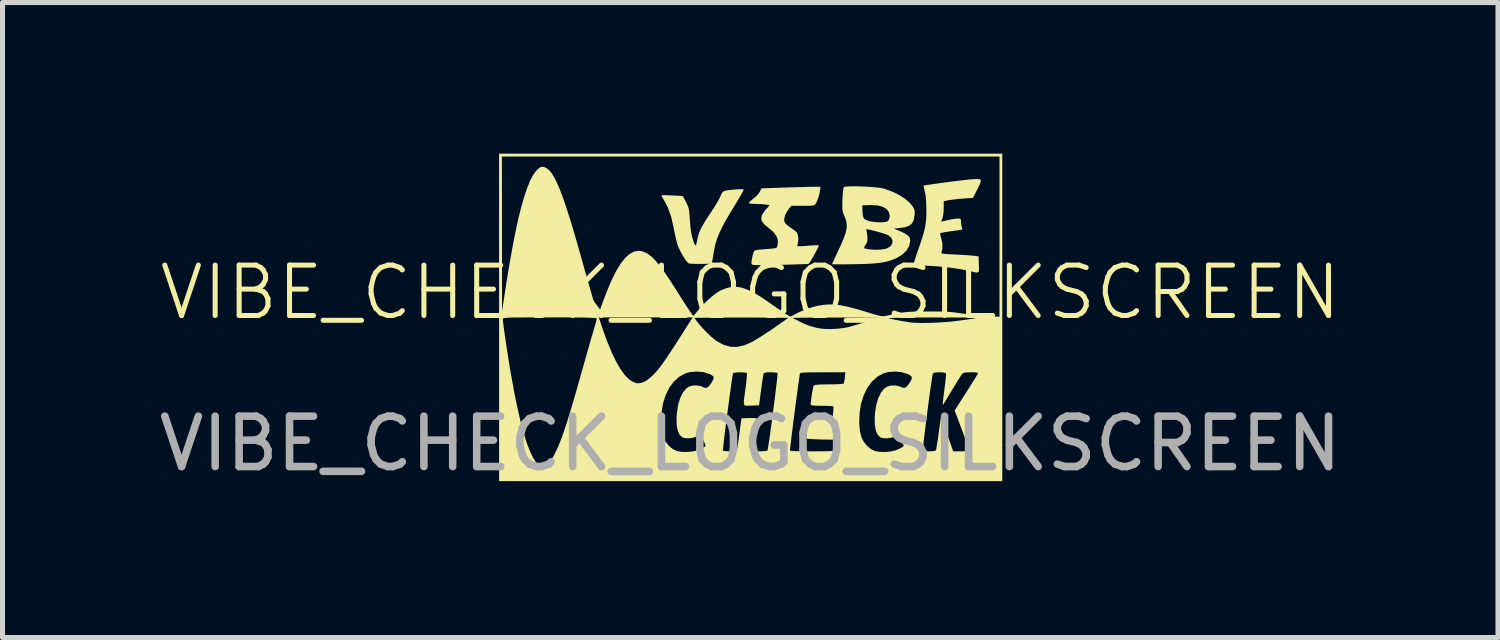
<source format=kicad_pcb>
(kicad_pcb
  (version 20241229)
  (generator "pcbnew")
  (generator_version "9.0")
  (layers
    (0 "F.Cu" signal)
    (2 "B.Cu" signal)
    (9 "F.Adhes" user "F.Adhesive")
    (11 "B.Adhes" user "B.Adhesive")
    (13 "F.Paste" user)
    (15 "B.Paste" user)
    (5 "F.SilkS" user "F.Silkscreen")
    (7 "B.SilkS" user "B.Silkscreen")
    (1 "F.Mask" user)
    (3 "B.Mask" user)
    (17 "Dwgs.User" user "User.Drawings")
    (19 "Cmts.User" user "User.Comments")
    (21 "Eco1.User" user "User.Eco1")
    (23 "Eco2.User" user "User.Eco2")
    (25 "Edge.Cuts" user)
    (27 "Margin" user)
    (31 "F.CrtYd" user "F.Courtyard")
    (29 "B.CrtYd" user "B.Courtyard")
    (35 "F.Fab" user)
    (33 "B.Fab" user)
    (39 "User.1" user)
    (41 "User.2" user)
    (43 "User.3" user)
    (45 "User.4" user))
  (footprint "VIBE_CHECK_LOGO_SILKSCREEN"
    (layer "F.Cu")
    (at 11.839 3.254)
    (property "Reference" "VIBE_CHECK_LOGO_SILKSCREEN" (at 0 -0.5 0) (unlocked yes) (layer "F.SilkS") (effects (font (size 1 1) (thickness 0.1))))
    (attr smd)
    (fp_poly (pts (xy -0.149 -2.548) (xy -0.129 -2.539) (xy -0.129 -2.539) (xy -0.138 -2.518) (xy -0.164 -2.471) (xy -0.203 -2.403) (xy -0.253 -2.319) (xy -0.31 -2.225) (xy -0.312 -2.221) (xy -0.415 -2.051) (xy -0.499 -1.906) (xy -0.566 -1.779) (xy -0.618 -1.667) (xy -0.659 -1.563) (xy -0.69 -1.463) (xy -0.713 -1.36) (xy -0.73 -1.263) (xy -0.742 -1.187) (xy -0.754 -1.125) (xy -0.763 -1.086) (xy -0.767 -1.078) (xy -0.79 -1.072) (xy -0.841 -1.069) (xy -0.91 -1.067) (xy -0.99 -1.066) (xy -1.07 -1.067) (xy -1.142 -1.069) (xy -1.197 -1.073) (xy -1.225 -1.079) (xy -1.225 -1.079) (xy -1.255 -1.107) (xy -1.294 -1.16) (xy -1.337 -1.229) (xy -1.38 -1.305) (xy -1.416 -1.379) (xy -1.44 -1.437) (xy -1.457 -1.498) (xy -1.478 -1.584) (xy -1.5 -1.684) (xy -1.52 -1.787) (xy -1.521 -1.792) (xy -1.57 -2.003) (xy -1.634 -2.184) (xy -1.712 -2.334) (xy -1.735 -2.368) (xy -1.756 -2.404) (xy -1.76 -2.427) (xy -1.759 -2.428) (xy -1.735 -2.43) (xy -1.684 -2.43) (xy -1.611 -2.428) (xy -1.541 -2.425) (xy -1.338 -2.414) (xy -1.275 -2.295) (xy -1.249 -2.243) (xy -1.231 -2.198) (xy -1.218 -2.15) (xy -1.21 -2.091) (xy -1.203 -2.011) (xy -1.198 -1.935) (xy -1.185 -1.777) (xy -1.165 -1.648) (xy -1.146 -1.574) (xy -1.119 -1.492) (xy -1.099 -1.445) (xy -1.084 -1.432) (xy -1.072 -1.451) (xy -1.06 -1.501) (xy -1.054 -1.533) (xy -1.038 -1.61) (xy -1.015 -1.682) (xy -0.984 -1.756) (xy -0.94 -1.838) (xy -0.881 -1.936) (xy -0.803 -2.055) (xy -0.79 -2.074) (xy -0.731 -2.165) (xy -0.675 -2.255) (xy -0.629 -2.334) (xy -0.597 -2.395) (xy -0.591 -2.409) (xy -0.571 -2.455) (xy -0.552 -2.487) (xy -0.527 -2.508) (xy -0.489 -2.522) (xy -0.431 -2.531) (xy -0.347 -2.54) (xy -0.29 -2.544) (xy -0.204 -2.549)) (stroke (width 0) (type solid)) (fill yes) (layer "F.SilkS"))
    (fp_poly (pts (xy 4.541 -2.749) (xy 4.571 -2.736) (xy 4.576 -2.706) (xy 4.56 -2.655) (xy 4.523 -2.578) (xy 4.499 -2.531) (xy 4.421 -2.377) (xy 4.232 -2.364) (xy 4.138 -2.357) (xy 4.046 -2.346) (xy 3.969 -2.336) (xy 3.941 -2.331) (xy 3.84 -2.31) (xy 3.84 -2.172) (xy 3.836 -2.089) (xy 3.825 -2.015) (xy 3.813 -1.97) (xy 3.797 -1.929) (xy 3.792 -1.907) (xy 3.793 -1.906) (xy 3.813 -1.91) (xy 3.858 -1.921) (xy 3.907 -1.933) (xy 3.983 -1.949) (xy 4.06 -1.961) (xy 4.098 -1.965) (xy 4.149 -1.967) (xy 4.173 -1.96) (xy 4.181 -1.938) (xy 4.182 -1.915) (xy 4.187 -1.854) (xy 4.196 -1.804) (xy 4.21 -1.748) (xy 3.995 -1.717) (xy 3.909 -1.704) (xy 3.838 -1.692) (xy 3.789 -1.682) (xy 3.769 -1.676) (xy 3.769 -1.654) (xy 3.78 -1.609) (xy 3.792 -1.572) (xy 3.814 -1.473) (xy 3.814 -1.371) (xy 3.794 -1.295) (xy 3.794 -1.284) (xy 3.805 -1.275) (xy 3.832 -1.269) (xy 3.882 -1.263) (xy 3.958 -1.258) (xy 4.065 -1.253) (xy 4.083 -1.252) (xy 4.191 -1.246) (xy 4.292 -1.24) (xy 4.376 -1.234) (xy 4.437 -1.229) (xy 4.458 -1.226) (xy 4.532 -1.213) (xy 4.537 -1.052) (xy 4.54 -0.977) (xy 4.538 -0.928) (xy 4.525 -0.902) (xy 4.495 -0.895) (xy 4.442 -0.903) (xy 4.361 -0.923) (xy 4.338 -0.929) (xy 4.214 -0.955) (xy 4.062 -0.979) (xy 3.892 -1.001) (xy 3.713 -1.018) (xy 3.534 -1.029) (xy 3.516 -1.03) (xy 3.425 -1.035) (xy 3.345 -1.04) (xy 3.286 -1.044) (xy 3.255 -1.048) (xy 3.254 -1.049) (xy 3.248 -1.064) (xy 3.255 -1.106) (xy 3.275 -1.175) (xy 3.308 -1.276) (xy 3.324 -1.319) (xy 3.376 -1.471) (xy 3.417 -1.595) (xy 3.448 -1.699) (xy 3.469 -1.789) (xy 3.483 -1.872) (xy 3.492 -1.954) (xy 3.495 -2.044) (xy 3.496 -2.128) (xy 3.492 -2.29) (xy 3.481 -2.419) (xy 3.466 -2.497) (xy 3.452 -2.557) (xy 3.442 -2.602) (xy 3.439 -2.62) (xy 3.46 -2.625) (xy 3.511 -2.633) (xy 3.587 -2.644) (xy 3.682 -2.658) (xy 3.79 -2.673) (xy 3.905 -2.688) (xy 4.021 -2.703) (xy 4.133 -2.717) (xy 4.234 -2.729) (xy 4.319 -2.739) (xy 4.382 -2.745) (xy 4.398 -2.746) (xy 4.484 -2.751)) (stroke (width 0) (type solid)) (fill yes) (layer "F.SilkS"))
    (fp_poly (pts (xy 1.387 -2.534) (xy 1.373 -2.458) (xy 1.349 -2.374) (xy 1.319 -2.298) (xy 1.299 -2.261) (xy 1.286 -2.244) (xy 1.268 -2.232) (xy 1.239 -2.225) (xy 1.192 -2.221) (xy 1.12 -2.22) (xy 1.044 -2.22) (xy 0.815 -2.22) (xy 0.77 -2.165) (xy 0.734 -2.113) (xy 0.7 -2.048) (xy 0.691 -2.026) (xy 0.673 -1.959) (xy 0.678 -1.905) (xy 0.71 -1.856) (xy 0.772 -1.806) (xy 0.799 -1.788) (xy 0.854 -1.75) (xy 0.899 -1.716) (xy 0.92 -1.697) (xy 0.944 -1.646) (xy 0.955 -1.577) (xy 0.951 -1.507) (xy 0.945 -1.483) (xy 0.935 -1.442) (xy 0.938 -1.419) (xy 0.939 -1.419) (xy 0.961 -1.417) (xy 1.013 -1.418) (xy 1.085 -1.422) (xy 1.153 -1.428) (xy 1.235 -1.434) (xy 1.302 -1.438) (xy 1.347 -1.439) (xy 1.361 -1.437) (xy 1.357 -1.418) (xy 1.338 -1.375) (xy 1.308 -1.317) (xy 1.272 -1.251) (xy 1.235 -1.185) (xy 1.2 -1.127) (xy 1.173 -1.085) (xy 1.156 -1.066) (xy 1.156 -1.066) (xy 1.133 -1.064) (xy 1.078 -1.062) (xy 0.995 -1.059) (xy 0.89 -1.056) (xy 0.767 -1.052) (xy 0.63 -1.049) (xy 0.586 -1.048) (xy 0.428 -1.045) (xy 0.302 -1.043) (xy 0.206 -1.042) (xy 0.135 -1.043) (xy 0.086 -1.045) (xy 0.054 -1.049) (xy 0.035 -1.055) (xy 0.027 -1.062) (xy 0.026 -1.065) (xy 0.024 -1.098) (xy 0.031 -1.153) (xy 0.044 -1.218) (xy 0.06 -1.278) (xy 0.075 -1.317) (xy 0.09 -1.331) (xy 0.123 -1.342) (xy 0.179 -1.35) (xy 0.264 -1.357) (xy 0.299 -1.359) (xy 0.383 -1.366) (xy 0.454 -1.373) (xy 0.504 -1.381) (xy 0.523 -1.388) (xy 0.535 -1.415) (xy 0.546 -1.462) (xy 0.548 -1.476) (xy 0.546 -1.553) (xy 0.516 -1.627) (xy 0.457 -1.701) (xy 0.364 -1.78) (xy 0.359 -1.784) (xy 0.277 -1.853) (xy 0.23 -1.916) (xy 0.218 -1.979) (xy 0.238 -2.047) (xy 0.291 -2.125) (xy 0.313 -2.15) (xy 0.387 -2.233) (xy 0.301 -2.245) (xy 0.234 -2.252) (xy 0.152 -2.256) (xy 0.1 -2.257) (xy 0.038 -2.259) (xy -0.008 -2.265) (xy -0.026 -2.273) (xy -0.018 -2.291) (xy 0.014 -2.323) (xy 0.06 -2.361) (xy 0.118 -2.41) (xy 0.166 -2.463) (xy 0.19 -2.499) (xy 0.223 -2.566) (xy 0.651 -2.581) (xy 0.785 -2.585) (xy 0.916 -2.589) (xy 1.037 -2.592) (xy 1.14 -2.595) (xy 1.217 -2.596) (xy 1.237 -2.597) (xy 1.394 -2.598)) (stroke (width 0) (type solid)) (fill yes) (layer "F.SilkS"))
    (fp_poly (pts (xy 2.121 -2.606) (xy 2.227 -2.603) (xy 2.335 -2.598) (xy 2.44 -2.59) (xy 2.533 -2.581) (xy 2.608 -2.57) (xy 2.648 -2.561) (xy 2.803 -2.508) (xy 2.946 -2.44) (xy 3.07 -2.361) (xy 3.168 -2.276) (xy 3.217 -2.216) (xy 3.249 -2.164) (xy 3.263 -2.12) (xy 3.264 -2.064) (xy 3.262 -2.034) (xy 3.245 -1.939) (xy 3.21 -1.871) (xy 3.153 -1.824) (xy 3.069 -1.794) (xy 2.976 -1.78) (xy 2.852 -1.768) (xy 2.974 -1.716) (xy 3.065 -1.673) (xy 3.125 -1.634) (xy 3.16 -1.594) (xy 3.174 -1.547) (xy 3.175 -1.526) (xy 3.157 -1.43) (xy 3.106 -1.339) (xy 3.025 -1.257) (xy 2.917 -1.19) (xy 2.889 -1.176) (xy 2.811 -1.145) (xy 2.732 -1.119) (xy 2.647 -1.1) (xy 2.551 -1.085) (xy 2.436 -1.074) (xy 2.298 -1.067) (xy 2.131 -1.062) (xy 2.072 -1.061) (xy 1.948 -1.059) (xy 1.837 -1.058) (xy 1.744 -1.058) (xy 1.675 -1.059) (xy 1.634 -1.06) (xy 1.624 -1.061) (xy 1.632 -1.08) (xy 1.652 -1.126) (xy 1.683 -1.193) (xy 1.721 -1.274) (xy 1.734 -1.301) (xy 1.771 -1.381) (xy 2.256 -1.381) (xy 2.256 -1.379) (xy 2.278 -1.372) (xy 2.325 -1.362) (xy 2.374 -1.354) (xy 2.479 -1.346) (xy 2.586 -1.35) (xy 2.679 -1.364) (xy 2.713 -1.375) (xy 2.781 -1.414) (xy 2.818 -1.468) (xy 2.824 -1.527) (xy 2.799 -1.585) (xy 2.742 -1.633) (xy 2.733 -1.638) (xy 2.687 -1.657) (xy 2.613 -1.681) (xy 2.523 -1.707) (xy 2.425 -1.732) (xy 2.356 -1.748) (xy 2.303 -1.76) (xy 2.317 -1.672) (xy 2.327 -1.587) (xy 2.325 -1.527) (xy 2.309 -1.478) (xy 2.287 -1.442) (xy 2.264 -1.404) (xy 2.256 -1.381) (xy 1.771 -1.381) (xy 1.803 -1.451) (xy 1.855 -1.573) (xy 1.891 -1.674) (xy 1.911 -1.759) (xy 1.917 -1.832) (xy 1.909 -1.898) (xy 1.89 -1.964) (xy 1.872 -2.006) (xy 1.852 -2.053) (xy 1.838 -2.094) (xy 1.831 -2.139) (xy 1.828 -2.197) (xy 1.828 -2.229) (xy 2.224 -2.229) (xy 2.228 -2.111) (xy 2.234 -2.033) (xy 2.248 -1.983) (xy 2.265 -1.959) (xy 2.31 -1.933) (xy 2.38 -1.912) (xy 2.465 -1.898) (xy 2.555 -1.891) (xy 2.637 -1.893) (xy 2.702 -1.904) (xy 2.728 -1.916) (xy 2.757 -1.949) (xy 2.768 -2) (xy 2.769 -2.02) (xy 2.752 -2.096) (xy 2.704 -2.157) (xy 2.626 -2.202) (xy 2.52 -2.228) (xy 2.388 -2.235) (xy 2.363 -2.235) (xy 2.224 -2.229) (xy 1.828 -2.229) (xy 1.829 -2.277) (xy 1.83 -2.34) (xy 1.835 -2.446) (xy 1.842 -2.526) (xy 1.852 -2.576) (xy 1.858 -2.59) (xy 1.886 -2.599) (xy 1.943 -2.604) (xy 2.024 -2.606)) (stroke (width 0) (type solid)) (fill yes) (layer "F.SilkS"))
    (fp_poly (pts (xy 5.002 -0.005) (xy 5.002 3.244) (xy 0.009 3.244) (xy -4.984 3.244) (xy -4.984 0.032) (xy -4.91 0.032) (xy -4.907 0.069) (xy -4.899 0.137) (xy -4.887 0.231) (xy -4.871 0.346) (xy -4.852 0.475) (xy -4.831 0.614) (xy -4.809 0.757) (xy -4.786 0.899) (xy -4.764 1.035) (xy -4.752 1.103) (xy -4.689 1.452) (xy -4.626 1.765) (xy -4.563 2.041) (xy -4.499 2.281) (xy -4.436 2.485) (xy -4.372 2.653) (xy -4.307 2.786) (xy -4.243 2.883) (xy -4.222 2.907) (xy -4.164 2.953) (xy -4.11 2.965) (xy -4.052 2.942) (xy -4.045 2.937) (xy -3.995 2.888) (xy -3.938 2.807) (xy -3.878 2.7) (xy -3.817 2.571) (xy -3.768 2.453) (xy -3.734 2.361) (xy -3.698 2.258) (xy -3.658 2.141) (xy -3.641 2.087) (xy -1.769 2.087) (xy -1.768 2.108) (xy -1.755 2.25) (xy -1.728 2.365) (xy -1.683 2.459) (xy -1.618 2.54) (xy -1.609 2.549) (xy -1.536 2.609) (xy -1.457 2.646) (xy -1.364 2.664) (xy -1.246 2.665) (xy -1.243 2.665) (xy -1.137 2.655) (xy -1.051 2.635) (xy -1.042 2.631) (xy -0.542 2.631) (xy -0.542 2.639) (xy -0.52 2.646) (xy -0.472 2.651) (xy -0.408 2.653) (xy -0.404 2.653) (xy -0.332 2.651) (xy -0.289 2.644) (xy -0.268 2.631) (xy -0.265 2.624) (xy -0.258 2.597) (xy -0.249 2.539) (xy -0.236 2.459) (xy -0.223 2.363) (xy -0.214 2.297) (xy -0.174 1.998) (xy -0.029 1.993) (xy 0.041 1.992) (xy 0.096 1.995) (xy 0.127 2) (xy 0.129 2.002) (xy 0.131 2.024) (xy 0.128 2.077) (xy 0.121 2.153) (xy 0.11 2.247) (xy 0.1 2.321) (xy 0.087 2.423) (xy 0.077 2.512) (xy 0.069 2.583) (xy 0.067 2.627) (xy 0.067 2.639) (xy 0.09 2.648) (xy 0.138 2.652) (xy 0.199 2.653) (xy 0.261 2.65) (xy 0.312 2.644) (xy 0.341 2.635) (xy 0.342 2.634) (xy 0.789 2.634) (xy 0.789 2.64) (xy 0.808 2.643) (xy 0.86 2.647) (xy 0.938 2.65) (xy 1.037 2.652) (xy 1.153 2.653) (xy 1.238 2.653) (xy 1.386 2.653) (xy 1.5 2.651) (xy 1.584 2.649) (xy 1.641 2.645) (xy 1.675 2.639) (xy 1.688 2.631) (xy 1.689 2.63) (xy 1.695 2.599) (xy 1.7 2.546) (xy 1.702 2.515) (xy 1.707 2.423) (xy 1.422 2.418) (xy 1.323 2.415) (xy 1.236 2.411) (xy 1.17 2.407) (xy 1.131 2.402) (xy 1.123 2.399) (xy 1.119 2.375) (xy 1.121 2.321) (xy 1.128 2.243) (xy 1.14 2.149) (xy 1.149 2.087) (xy 2.163 2.087) (xy 2.164 2.108) (xy 2.177 2.25) (xy 2.204 2.365) (xy 2.249 2.459) (xy 2.314 2.54) (xy 2.323 2.549) (xy 2.396 2.609) (xy 2.474 2.646) (xy 2.568 2.664) (xy 2.686 2.665) (xy 2.689 2.665) (xy 2.795 2.655) (xy 2.881 2.635) (xy 2.89 2.631) (xy 3.425 2.631) (xy 3.426 2.637) (xy 3.449 2.647) (xy 3.497 2.652) (xy 3.557 2.653) (xy 3.616 2.65) (xy 3.663 2.643) (xy 3.684 2.633) (xy 3.691 2.608) (xy 3.701 2.554) (xy 3.713 2.476) (xy 3.728 2.38) (xy 3.739 2.299) (xy 3.753 2.196) (xy 3.766 2.106) (xy 3.777 2.036) (xy 3.785 1.991) (xy 3.789 1.978) (xy 3.797 1.991) (xy 3.813 2.031) (xy 3.834 2.09) (xy 3.838 2.105) (xy 3.863 2.179) (xy 3.895 2.274) (xy 3.93 2.376) (xy 3.955 2.446) (xy 4.028 2.653) (xy 4.182 2.653) (xy 4.253 2.652) (xy 4.309 2.648) (xy 4.34 2.642) (xy 4.344 2.64) (xy 4.34 2.619) (xy 4.324 2.569) (xy 4.299 2.495) (xy 4.266 2.401) (xy 4.227 2.294) (xy 4.204 2.234) (xy 4.057 1.842) (xy 4.28 1.494) (xy 4.345 1.392) (xy 4.404 1.298) (xy 4.453 1.219) (xy 4.49 1.159) (xy 4.511 1.123) (xy 4.515 1.115) (xy 4.517 1.1) (xy 4.503 1.091) (xy 4.469 1.086) (xy 4.405 1.084) (xy 4.38 1.084) (xy 4.301 1.086) (xy 4.25 1.092) (xy 4.219 1.105) (xy 4.206 1.117) (xy 4.187 1.142) (xy 4.154 1.194) (xy 4.109 1.266) (xy 4.056 1.353) (xy 4.006 1.435) (xy 3.95 1.528) (xy 3.901 1.609) (xy 3.861 1.675) (xy 3.833 1.718) (xy 3.822 1.735) (xy 3.82 1.723) (xy 3.823 1.679) (xy 3.83 1.61) (xy 3.841 1.522) (xy 3.852 1.44) (xy 3.865 1.336) (xy 3.876 1.244) (xy 3.883 1.171) (xy 3.886 1.123) (xy 3.886 1.107) (xy 3.864 1.095) (xy 3.818 1.087) (xy 3.759 1.084) (xy 3.699 1.086) (xy 3.651 1.093) (xy 3.625 1.106) (xy 3.625 1.106) (xy 3.62 1.129) (xy 3.61 1.184) (xy 3.598 1.266) (xy 3.583 1.369) (xy 3.565 1.491) (xy 3.547 1.625) (xy 3.528 1.767) (xy 3.509 1.913) (xy 3.491 2.057) (xy 3.473 2.195) (xy 3.458 2.323) (xy 3.444 2.435) (xy 3.434 2.527) (xy 3.427 2.594) (xy 3.425 2.631) (xy 2.89 2.631) (xy 2.943 2.61) (xy 2.997 2.583) (xy 3.034 2.559) (xy 3.046 2.546) (xy 3.039 2.522) (xy 3.022 2.479) (xy 3 2.426) (xy 2.977 2.375) (xy 2.958 2.336) (xy 2.948 2.321) (xy 2.93 2.329) (xy 2.891 2.348) (xy 2.87 2.358) (xy 2.803 2.382) (xy 2.723 2.394) (xy 2.647 2.393) (xy 2.589 2.379) (xy 2.586 2.377) (xy 2.532 2.328) (xy 2.494 2.246) (xy 2.473 2.135) (xy 2.469 1.995) (xy 2.476 1.896) (xy 2.5 1.736) (xy 2.54 1.6) (xy 2.594 1.489) (xy 2.66 1.408) (xy 2.714 1.37) (xy 2.787 1.348) (xy 2.873 1.345) (xy 2.954 1.36) (xy 2.979 1.371) (xy 3.032 1.393) (xy 3.074 1.391) (xy 3.112 1.361) (xy 3.152 1.309) (xy 3.193 1.242) (xy 3.208 1.196) (xy 3.197 1.163) (xy 3.158 1.134) (xy 3.124 1.118) (xy 3.004 1.082) (xy 2.87 1.069) (xy 2.739 1.08) (xy 2.649 1.104) (xy 2.526 1.17) (xy 2.417 1.266) (xy 2.326 1.39) (xy 2.253 1.538) (xy 2.2 1.706) (xy 2.17 1.89) (xy 2.163 2.087) (xy 1.149 2.087) (xy 1.155 2.049) (xy 1.164 1.99) (xy 1.399 1.985) (xy 1.634 1.98) (xy 1.646 1.879) (xy 1.651 1.82) (xy 1.652 1.777) (xy 1.65 1.763) (xy 1.629 1.758) (xy 1.578 1.753) (xy 1.506 1.75) (xy 1.42 1.749) (xy 1.318 1.748) (xy 1.249 1.744) (xy 1.211 1.736) (xy 1.2 1.727) (xy 1.203 1.68) (xy 1.21 1.613) (xy 1.221 1.538) (xy 1.233 1.464) (xy 1.245 1.401) (xy 1.255 1.358) (xy 1.26 1.347) (xy 1.28 1.338) (xy 1.326 1.331) (xy 1.399 1.326) (xy 1.505 1.325) (xy 1.561 1.324) (xy 1.675 1.323) (xy 1.764 1.32) (xy 1.825 1.314) (xy 1.854 1.307) (xy 1.855 1.305) (xy 1.864 1.277) (xy 1.873 1.226) (xy 1.878 1.185) (xy 1.888 1.084) (xy 1.442 1.084) (xy 1.294 1.085) (xy 1.179 1.086) (xy 1.094 1.089) (xy 1.037 1.093) (xy 1.002 1.099) (xy 0.988 1.106) (xy 0.987 1.107) (xy 0.982 1.133) (xy 0.974 1.189) (xy 0.962 1.272) (xy 0.947 1.377) (xy 0.931 1.499) (xy 0.913 1.633) (xy 0.894 1.776) (xy 0.875 1.921) (xy 0.856 2.065) (xy 0.839 2.203) (xy 0.823 2.329) (xy 0.81 2.441) (xy 0.799 2.532) (xy 0.792 2.598) (xy 0.789 2.634) (xy 0.342 2.634) (xy 0.343 2.633) (xy 0.348 2.61) (xy 0.357 2.556) (xy 0.37 2.475) (xy 0.385 2.371) (xy 0.402 2.25) (xy 0.42 2.116) (xy 0.439 1.974) (xy 0.458 1.828) (xy 0.477 1.684) (xy 0.494 1.545) (xy 0.51 1.417) (xy 0.523 1.305) (xy 0.534 1.212) (xy 0.54 1.145) (xy 0.543 1.106) (xy 0.543 1.1) (xy 0.521 1.092) (xy 0.472 1.087) (xy 0.407 1.084) (xy 0.404 1.084) (xy 0.33 1.087) (xy 0.285 1.095) (xy 0.266 1.109) (xy 0.266 1.111) (xy 0.26 1.137) (xy 0.25 1.194) (xy 0.238 1.273) (xy 0.225 1.369) (xy 0.215 1.438) (xy 0.175 1.74) (xy 0.023 1.745) (xy -0.034 1.748) (xy -0.075 1.748) (xy -0.104 1.742) (xy -0.121 1.724) (xy -0.127 1.69) (xy -0.125 1.636) (xy -0.115 1.555) (xy -0.1 1.445) (xy -0.092 1.39) (xy -0.08 1.293) (xy -0.071 1.209) (xy -0.066 1.145) (xy -0.065 1.107) (xy -0.066 1.101) (xy -0.089 1.092) (xy -0.137 1.087) (xy -0.198 1.085) (xy -0.26 1.086) (xy -0.311 1.092) (xy -0.339 1.1) (xy -0.341 1.102) (xy -0.346 1.124) (xy -0.355 1.178) (xy -0.368 1.259) (xy -0.382 1.363) (xy -0.399 1.484) (xy -0.417 1.618) (xy -0.436 1.76) (xy -0.456 1.905) (xy -0.474 2.05) (xy -0.492 2.189) (xy -0.508 2.317) (xy -0.521 2.43) (xy -0.532 2.523) (xy -0.539 2.592) (xy -0.542 2.631) (xy -1.042 2.631) (xy -0.989 2.61) (xy -0.935 2.583) (xy -0.898 2.559) (xy -0.886 2.546) (xy -0.893 2.522) (xy -0.91 2.479) (xy -0.932 2.426) (xy -0.955 2.375) (xy -0.973 2.336) (xy -0.983 2.321) (xy -1.002 2.329) (xy -1.041 2.348) (xy -1.061 2.358) (xy -1.129 2.382) (xy -1.208 2.394) (xy -1.285 2.393) (xy -1.343 2.379) (xy -1.346 2.377) (xy -1.4 2.328) (xy -1.438 2.246) (xy -1.459 2.135) (xy -1.463 1.995) (xy -1.456 1.896) (xy -1.432 1.736) (xy -1.392 1.6) (xy -1.338 1.489) (xy -1.271 1.408) (xy -1.218 1.37) (xy -1.145 1.348) (xy -1.059 1.345) (xy -0.978 1.36) (xy -0.953 1.371) (xy -0.899 1.393) (xy -0.858 1.391) (xy -0.82 1.361) (xy -0.78 1.309) (xy -0.739 1.242) (xy -0.723 1.196) (xy -0.735 1.163) (xy -0.774 1.134) (xy -0.808 1.118) (xy -0.928 1.082) (xy -1.061 1.069) (xy -1.193 1.08) (xy -1.282 1.104) (xy -1.406 1.17) (xy -1.514 1.266) (xy -1.606 1.39) (xy -1.679 1.538) (xy -1.732 1.706) (xy -1.762 1.89) (xy -1.769 2.087) (xy -3.641 2.087) (xy -3.615 2.005) (xy -3.567 1.849) (xy -3.514 1.669) (xy -3.454 1.462) (xy -3.387 1.226) (xy -3.313 0.964) (xy -3.271 0.816) (xy -3.23 0.67) (xy -3.191 0.533) (xy -3.156 0.411) (xy -3.126 0.311) (xy -3.105 0.238) (xy -3.099 0.219) (xy -3.076 0.142) (xy -3.058 0.077) (xy -3.048 0.033) (xy -3.046 0.021) (xy -3.051 0.015) (xy -3.067 0.01) (xy -3.099 0.006) (xy -3.147 0.003) (xy -3.216 0.000087) (xy -3.308 -0.002) (xy -3.425 -0.003) (xy -3.57 -0.004) (xy -3.747 -0.005) (xy -3.957 -0.005) (xy -3.978 -0.005) (xy -3.006 -0.005) (xy -2.936 0.203) (xy -2.844 0.46) (xy -2.752 0.683) (xy -2.661 0.873) (xy -2.571 1.028) (xy -2.483 1.147) (xy -2.397 1.231) (xy -2.342 1.266) (xy -2.282 1.293) (xy -2.236 1.304) (xy -2.186 1.299) (xy -2.133 1.285) (xy -2.067 1.254) (xy -1.985 1.191) (xy -1.932 1.142) (xy -1.886 1.095) (xy -1.836 1.038) (xy -1.782 0.97) (xy -1.721 0.887) (xy -1.651 0.785) (xy -1.569 0.662) (xy -1.473 0.514) (xy -1.36 0.337) (xy -1.354 0.328) (xy -1.299 0.241) (xy -1.249 0.162) (xy -1.207 0.098) (xy -1.18 0.055) (xy -1.174 0.046) (xy -1.146 0.004) (xy -1.112 0.004) (xy -1.033 0.106) (xy -0.955 0.198) (xy -0.868 0.29) (xy -0.78 0.374) (xy -0.7 0.441) (xy -0.659 0.47) (xy -0.524 0.541) (xy -0.39 0.578) (xy -0.256 0.58) (xy -0.115 0.548) (xy 0.017 0.491) (xy 0.085 0.453) (xy 0.174 0.399) (xy 0.277 0.334) (xy 0.383 0.264) (xy 0.467 0.207) (xy 0.758 0.004) (xy 0.84 0.004) (xy 0.959 0.067) (xy 1.074 0.123) (xy 1.177 0.163) (xy 1.286 0.194) (xy 1.348 0.209) (xy 1.458 0.223) (xy 1.59 0.227) (xy 1.73 0.22) (xy 1.865 0.204) (xy 1.966 0.183) (xy 2.037 0.163) (xy 2.129 0.135) (xy 2.232 0.103) (xy 2.317 0.076) (xy 2.515 0.012) (xy 2.75 0.012) (xy 2.75 0.012) (xy 2.781 0.022) (xy 2.841 0.036) (xy 2.926 0.052) (xy 3.029 0.071) (xy 3.143 0.089) (xy 3.175 0.094) (xy 3.264 0.102) (xy 3.382 0.106) (xy 3.521 0.105) (xy 3.673 0.1) (xy 3.831 0.091) (xy 3.986 0.078) (xy 4.132 0.061) (xy 4.148 0.059) (xy 4.256 0.044) (xy 4.352 0.03) (xy 4.428 0.018) (xy 4.48 0.009) (xy 4.502 0.004) (xy 4.502 0.004) (xy 4.486 0.002) (xy 4.436 0.001) (xy 4.357 -0.001) (xy 4.251 -0.002) (xy 4.122 -0.003) (xy 3.974 -0.004) (xy 3.81 -0.004) (xy 3.633 -0.004) (xy 3.616 -0.004) (xy 3.434 -0.004) (xy 3.267 -0.003) (xy 3.118 -0.001) (xy 2.989 0.001) (xy 2.885 0.003) (xy 2.809 0.006) (xy 2.763 0.009) (xy 2.75 0.012) (xy 2.515 0.012) (xy 2.538 0.004) (xy 2.119 -0.000481) (xy 1.964 -0.002) (xy 1.787 -0.002) (xy 1.602 -0.002) (xy 1.423 -0.002) (xy 1.27 -0.00048) (xy 0.84 0.004) (xy 0.758 0.004) (xy 0.285 -0.000452) (xy 0.12 -0.002) (xy -0.067 -0.002) (xy -0.262 -0.002) (xy -0.451 -0.002) (xy -0.62 -0.001) (xy -0.65 -0.00045) (xy -1.112 0.004) (xy -1.146 0.004) (xy -1.14 -0.005) (xy -2.073 -0.005) (xy -3.006 -0.005) (xy -3.978 -0.005) (xy -4.187 -0.005) (xy -4.363 -0.005) (xy -4.507 -0.004) (xy -4.624 -0.003) (xy -4.715 -0.002) (xy -4.785 -0.000046) (xy -4.836 0.003) (xy -4.87 0.006) (xy -4.892 0.011) (xy -4.904 0.016) (xy -4.909 0.023) (xy -4.91 0.031) (xy -4.91 0.032) (xy -4.984 0.032) (xy -4.984 -0.005) (xy -4.984 -3.198) (xy -4.929 -3.198) (xy -4.927 -1.661) (xy -4.925 -0.125) (xy -4.874 -0.466) (xy -4.816 -0.837) (xy -4.759 -1.172) (xy -4.704 -1.475) (xy -4.65 -1.746) (xy -4.597 -1.987) (xy -4.543 -2.2) (xy -4.49 -2.388) (xy -4.435 -2.551) (xy -4.38 -2.692) (xy -4.353 -2.75) (xy -4.306 -2.836) (xy -4.253 -2.909) (xy -4.199 -2.963) (xy -4.151 -2.992) (xy -4.133 -2.995) (xy -4.084 -2.988) (xy -4.036 -2.964) (xy -3.988 -2.924) (xy -3.939 -2.864) (xy -3.889 -2.783) (xy -3.837 -2.679) (xy -3.781 -2.551) (xy -3.723 -2.398) (xy -3.66 -2.216) (xy -3.592 -2.006) (xy -3.518 -1.765) (xy -3.438 -1.491) (xy -3.351 -1.183) (xy -3.341 -1.149) (xy -3.3 -1) (xy -3.255 -0.842) (xy -3.21 -0.684) (xy -3.168 -0.537) (xy -3.131 -0.411) (xy -3.116 -0.358) (xy -3.021 -0.038) (xy -2.945 -0.257) (xy -2.849 -0.513) (xy -2.756 -0.734) (xy -2.664 -0.919) (xy -2.574 -1.068) (xy -2.484 -1.183) (xy -2.394 -1.264) (xy -2.305 -1.312) (xy -2.214 -1.327) (xy -2.148 -1.317) (xy -2.084 -1.294) (xy -2.019 -1.257) (xy -1.953 -1.205) (xy -1.882 -1.134) (xy -1.804 -1.042) (xy -1.718 -0.926) (xy -1.62 -0.784) (xy -1.509 -0.612) (xy -1.45 -0.52) (xy -1.38 -0.408) (xy -1.314 -0.305) (xy -1.257 -0.215) (xy -1.21 -0.144) (xy -1.176 -0.095) (xy -1.162 -0.075) (xy -1.126 -0.032) (xy -1.067 -0.106) (xy -0.978 -0.211) (xy -0.88 -0.312) (xy -0.78 -0.404) (xy -0.685 -0.479) (xy -0.602 -0.533) (xy -0.583 -0.542) (xy -0.478 -0.584) (xy -0.378 -0.608) (xy -0.278 -0.612) (xy -0.173 -0.596) (xy -0.061 -0.559) (xy 0.064 -0.499) (xy 0.206 -0.415) (xy 0.368 -0.306) (xy 0.415 -0.272) (xy 0.538 -0.186) (xy 0.635 -0.119) (xy 0.707 -0.071) (xy 0.758 -0.041) (xy 0.79 -0.026) (xy 0.801 -0.023) (xy 0.826 -0.032) (xy 0.867 -0.054) (xy 0.877 -0.06) (xy 0.963 -0.106) (xy 1.072 -0.152) (xy 1.19 -0.194) (xy 1.303 -0.227) (xy 1.339 -0.235) (xy 1.448 -0.254) (xy 1.554 -0.262) (xy 1.662 -0.261) (xy 1.779 -0.248) (xy 1.911 -0.222) (xy 2.062 -0.184) (xy 2.24 -0.133) (xy 2.302 -0.114) (xy 2.414 -0.079) (xy 2.498 -0.055) (xy 2.559 -0.039) (xy 2.604 -0.03) (xy 2.64 -0.029) (xy 2.674 -0.032) (xy 2.711 -0.039) (xy 2.714 -0.04) (xy 2.836 -0.067) (xy 2.938 -0.087) (xy 3.026 -0.102) (xy 3.11 -0.112) (xy 3.199 -0.118) (xy 3.302 -0.121) (xy 3.427 -0.123) (xy 3.526 -0.123) (xy 3.677 -0.123) (xy 3.799 -0.121) (xy 3.902 -0.117) (xy 3.995 -0.11) (xy 4.086 -0.1) (xy 4.184 -0.086) (xy 4.209 -0.082) (xy 4.331 -0.064) (xy 4.467 -0.048) (xy 4.599 -0.036) (xy 4.711 -0.028) (xy 4.712 -0.028) (xy 4.947 -0.018) (xy 4.947 -1.608) (xy 4.947 -3.198) (xy 0.009 -3.198) (xy -4.929 -3.198) (xy -4.984 -3.198) (xy -4.984 -3.254) (xy 0.009 -3.254) (xy 5.002 -3.254)) (stroke (width 0) (type solid)) (fill yes) (layer "F.SilkS"))
    (fp_text user "${REFERENCE}" (at 0 2.5 0) (unlocked yes) (layer "F.Fab") (effects (font (size 1 1) (thickness 0.15)))))
  (gr_rect
    (start -3 -3)
    (end 26.679 9.602)
    (stroke (width 0.1) (type default))
    (fill no)
    (layer "Edge.Cuts")))
</source>
